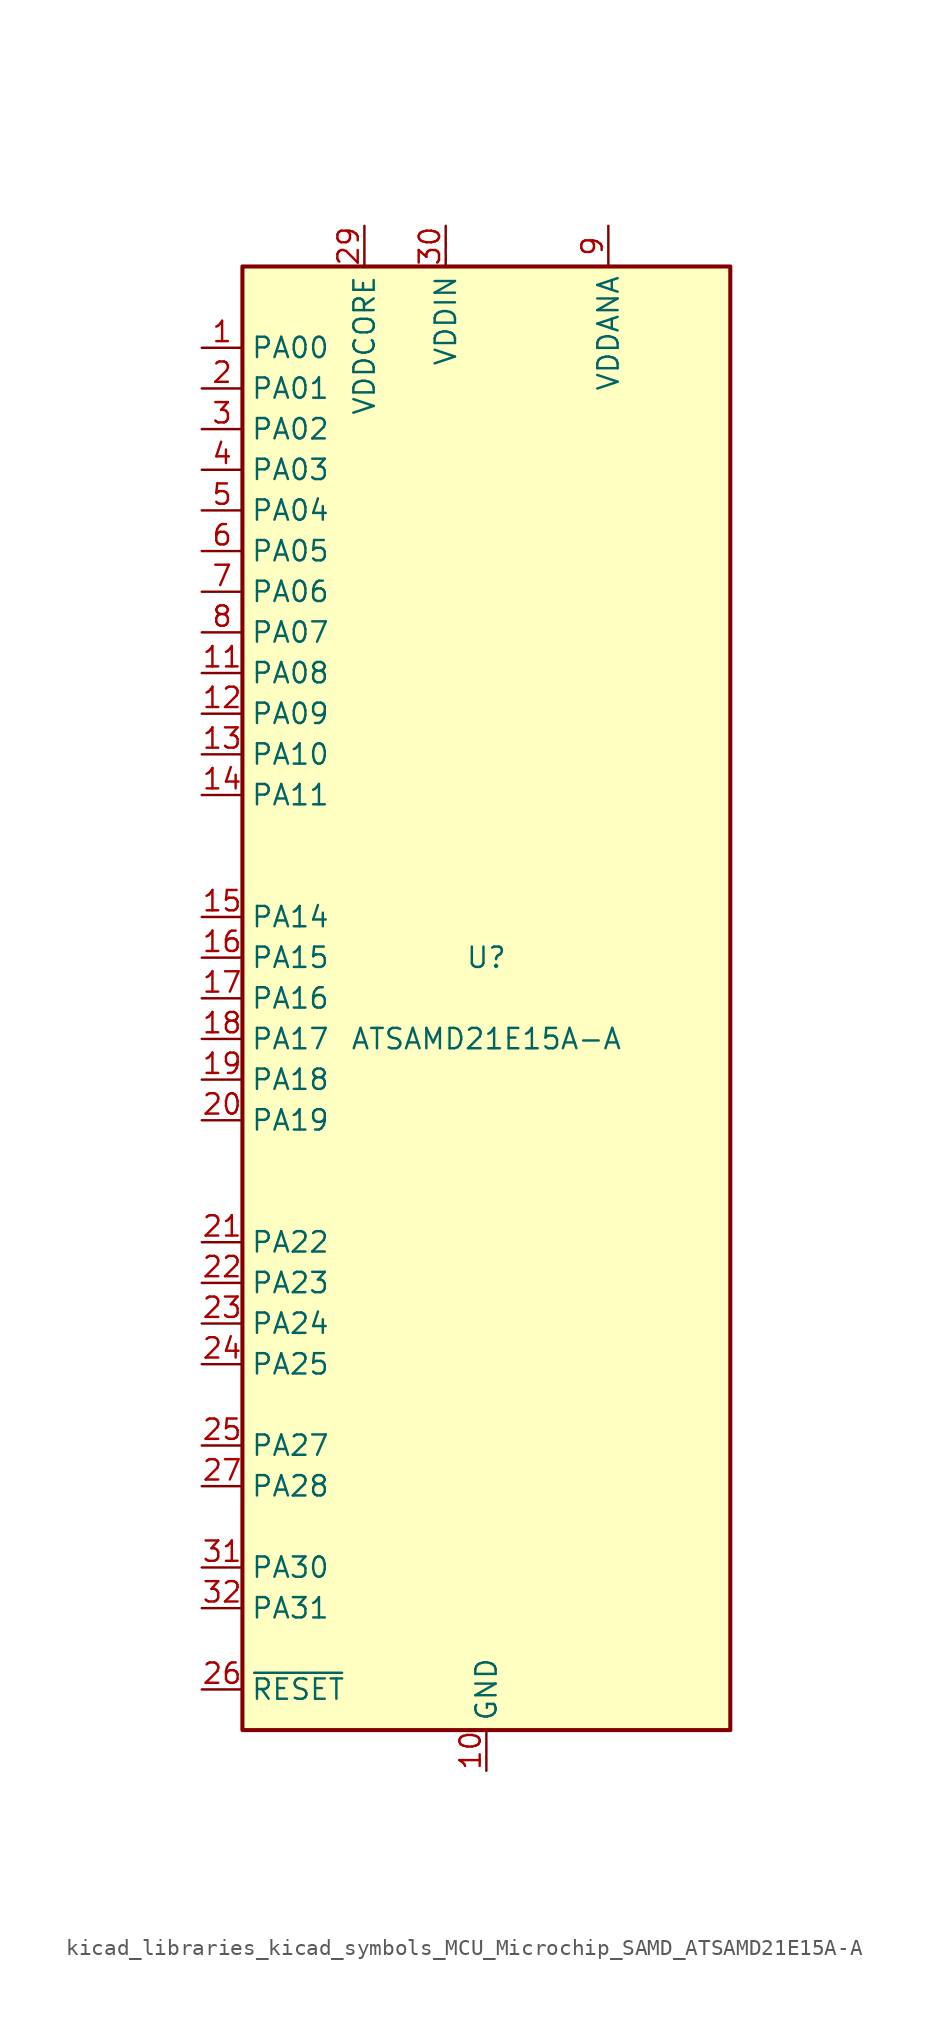
<source format=kicad_sym>
(kicad_symbol_lib
  (version 20220914)
  (generator kicad_symbol_editor)
  (symbol "kicad_libraries_kicad_symbols_MCU_Microchip_SAMD_ATSAMD21E15A-A"
    (property "Reference" "U"
      (at 0 2.54 0)
      (effects (font (size 1.27 1.27))))
    (property "Value" "ATSAMD21E15A-A"
      (at 0 -2.54 0)
      (effects (font (size 1.27 1.27))))
    (symbol "kicad_libraries_kicad_symbols_MCU_Microchip_SAMD_ATSAMD21E15A-A_1_1"
      (rectangle (start -15.24 45.72) (end 15.24 -45.72) (stroke (width 0.254) (type default)) (fill (type background)))
      (pin bidirectional line (at -17.78 40.64 0) (length 2.54) (name "PA00" (effects (font (size 1.27 1.27)))) (number "1" (effects (font (size 1.27 1.27)))))
      (pin power_in line (at 0 -48.26 90) (length 2.54) (name "GND" (effects (font (size 1.27 1.27)))) (number "10" (effects (font (size 1.27 1.27)))))
      (pin bidirectional line (at -17.78 20.32 0) (length 2.54) (name "PA08" (effects (font (size 1.27 1.27)))) (number "11" (effects (font (size 1.27 1.27)))))
      (pin bidirectional line (at -17.78 17.78 0) (length 2.54) (name "PA09" (effects (font (size 1.27 1.27)))) (number "12" (effects (font (size 1.27 1.27)))))
      (pin bidirectional line (at -17.78 15.24 0) (length 2.54) (name "PA10" (effects (font (size 1.27 1.27)))) (number "13" (effects (font (size 1.27 1.27)))))
      (pin bidirectional line (at -17.78 12.7 0) (length 2.54) (name "PA11" (effects (font (size 1.27 1.27)))) (number "14" (effects (font (size 1.27 1.27)))))
      (pin bidirectional line (at -17.78 5.08 0) (length 2.54) (name "PA14" (effects (font (size 1.27 1.27)))) (number "15" (effects (font (size 1.27 1.27)))))
      (pin bidirectional line (at -17.78 2.54 0) (length 2.54) (name "PA15" (effects (font (size 1.27 1.27)))) (number "16" (effects (font (size 1.27 1.27)))))
      (pin bidirectional line (at -17.78 0 0) (length 2.54) (name "PA16" (effects (font (size 1.27 1.27)))) (number "17" (effects (font (size 1.27 1.27)))))
      (pin bidirectional line (at -17.78 -2.54 0) (length 2.54) (name "PA17" (effects (font (size 1.27 1.27)))) (number "18" (effects (font (size 1.27 1.27)))))
      (pin bidirectional line (at -17.78 -5.08 0) (length 2.54) (name "PA18" (effects (font (size 1.27 1.27)))) (number "19" (effects (font (size 1.27 1.27)))))
      (pin bidirectional line (at -17.78 38.1 0) (length 2.54) (name "PA01" (effects (font (size 1.27 1.27)))) (number "2" (effects (font (size 1.27 1.27)))))
      (pin bidirectional line (at -17.78 -7.62 0) (length 2.54) (name "PA19" (effects (font (size 1.27 1.27)))) (number "20" (effects (font (size 1.27 1.27)))))
      (pin bidirectional line (at -17.78 -15.24 0) (length 2.54) (name "PA22" (effects (font (size 1.27 1.27)))) (number "21" (effects (font (size 1.27 1.27)))))
      (pin bidirectional line (at -17.78 -17.78 0) (length 2.54) (name "PA23" (effects (font (size 1.27 1.27)))) (number "22" (effects (font (size 1.27 1.27)))))
      (pin bidirectional line (at -17.78 -20.32 0) (length 2.54) (name "PA24" (effects (font (size 1.27 1.27)))) (number "23" (effects (font (size 1.27 1.27)))))
      (pin bidirectional line (at -17.78 -22.86 0) (length 2.54) (name "PA25" (effects (font (size 1.27 1.27)))) (number "24" (effects (font (size 1.27 1.27)))))
      (pin bidirectional line (at -17.78 -27.94 0) (length 2.54) (name "PA27" (effects (font (size 1.27 1.27)))) (number "25" (effects (font (size 1.27 1.27)))))
      (pin input line (at -17.78 -43.18 0) (length 2.54) (name "~{RESET}" (effects (font (size 1.27 1.27)))) (number "26" (effects (font (size 1.27 1.27)))))
      (pin bidirectional line (at -17.78 -30.48 0) (length 2.54) (name "PA28" (effects (font (size 1.27 1.27)))) (number "27" (effects (font (size 1.27 1.27)))))
      (pin passive line (at 0 -48.26 90) (length 2.54) hide (name "GND" (effects (font (size 1.27 1.27)))) (number "28" (effects (font (size 1.27 1.27)))))
      (pin power_out line (at -7.62 48.26 270) (length 2.54) (name "VDDCORE" (effects (font (size 1.27 1.27)))) (number "29" (effects (font (size 1.27 1.27)))))
      (pin bidirectional line (at -17.78 35.56 0) (length 2.54) (name "PA02" (effects (font (size 1.27 1.27)))) (number "3" (effects (font (size 1.27 1.27)))))
      (pin power_in line (at -2.54 48.26 270) (length 2.54) (name "VDDIN" (effects (font (size 1.27 1.27)))) (number "30" (effects (font (size 1.27 1.27)))))
      (pin bidirectional line (at -17.78 -35.56 0) (length 2.54) (name "PA30" (effects (font (size 1.27 1.27)))) (number "31" (effects (font (size 1.27 1.27)))))
      (pin bidirectional line (at -17.78 -38.1 0) (length 2.54) (name "PA31" (effects (font (size 1.27 1.27)))) (number "32" (effects (font (size 1.27 1.27)))))
      (pin bidirectional line (at -17.78 33.02 0) (length 2.54) (name "PA03" (effects (font (size 1.27 1.27)))) (number "4" (effects (font (size 1.27 1.27)))))
      (pin bidirectional line (at -17.78 30.48 0) (length 2.54) (name "PA04" (effects (font (size 1.27 1.27)))) (number "5" (effects (font (size 1.27 1.27)))))
      (pin bidirectional line (at -17.78 27.94 0) (length 2.54) (name "PA05" (effects (font (size 1.27 1.27)))) (number "6" (effects (font (size 1.27 1.27)))))
      (pin bidirectional line (at -17.78 25.4 0) (length 2.54) (name "PA06" (effects (font (size 1.27 1.27)))) (number "7" (effects (font (size 1.27 1.27)))))
      (pin bidirectional line (at -17.78 22.86 0) (length 2.54) (name "PA07" (effects (font (size 1.27 1.27)))) (number "8" (effects (font (size 1.27 1.27)))))
      (pin power_in line (at 7.62 48.26 270) (length 2.54) (name "VDDANA" (effects (font (size 1.27 1.27)))) (number "9" (effects (font (size 1.27 1.27))))))))
</source>
